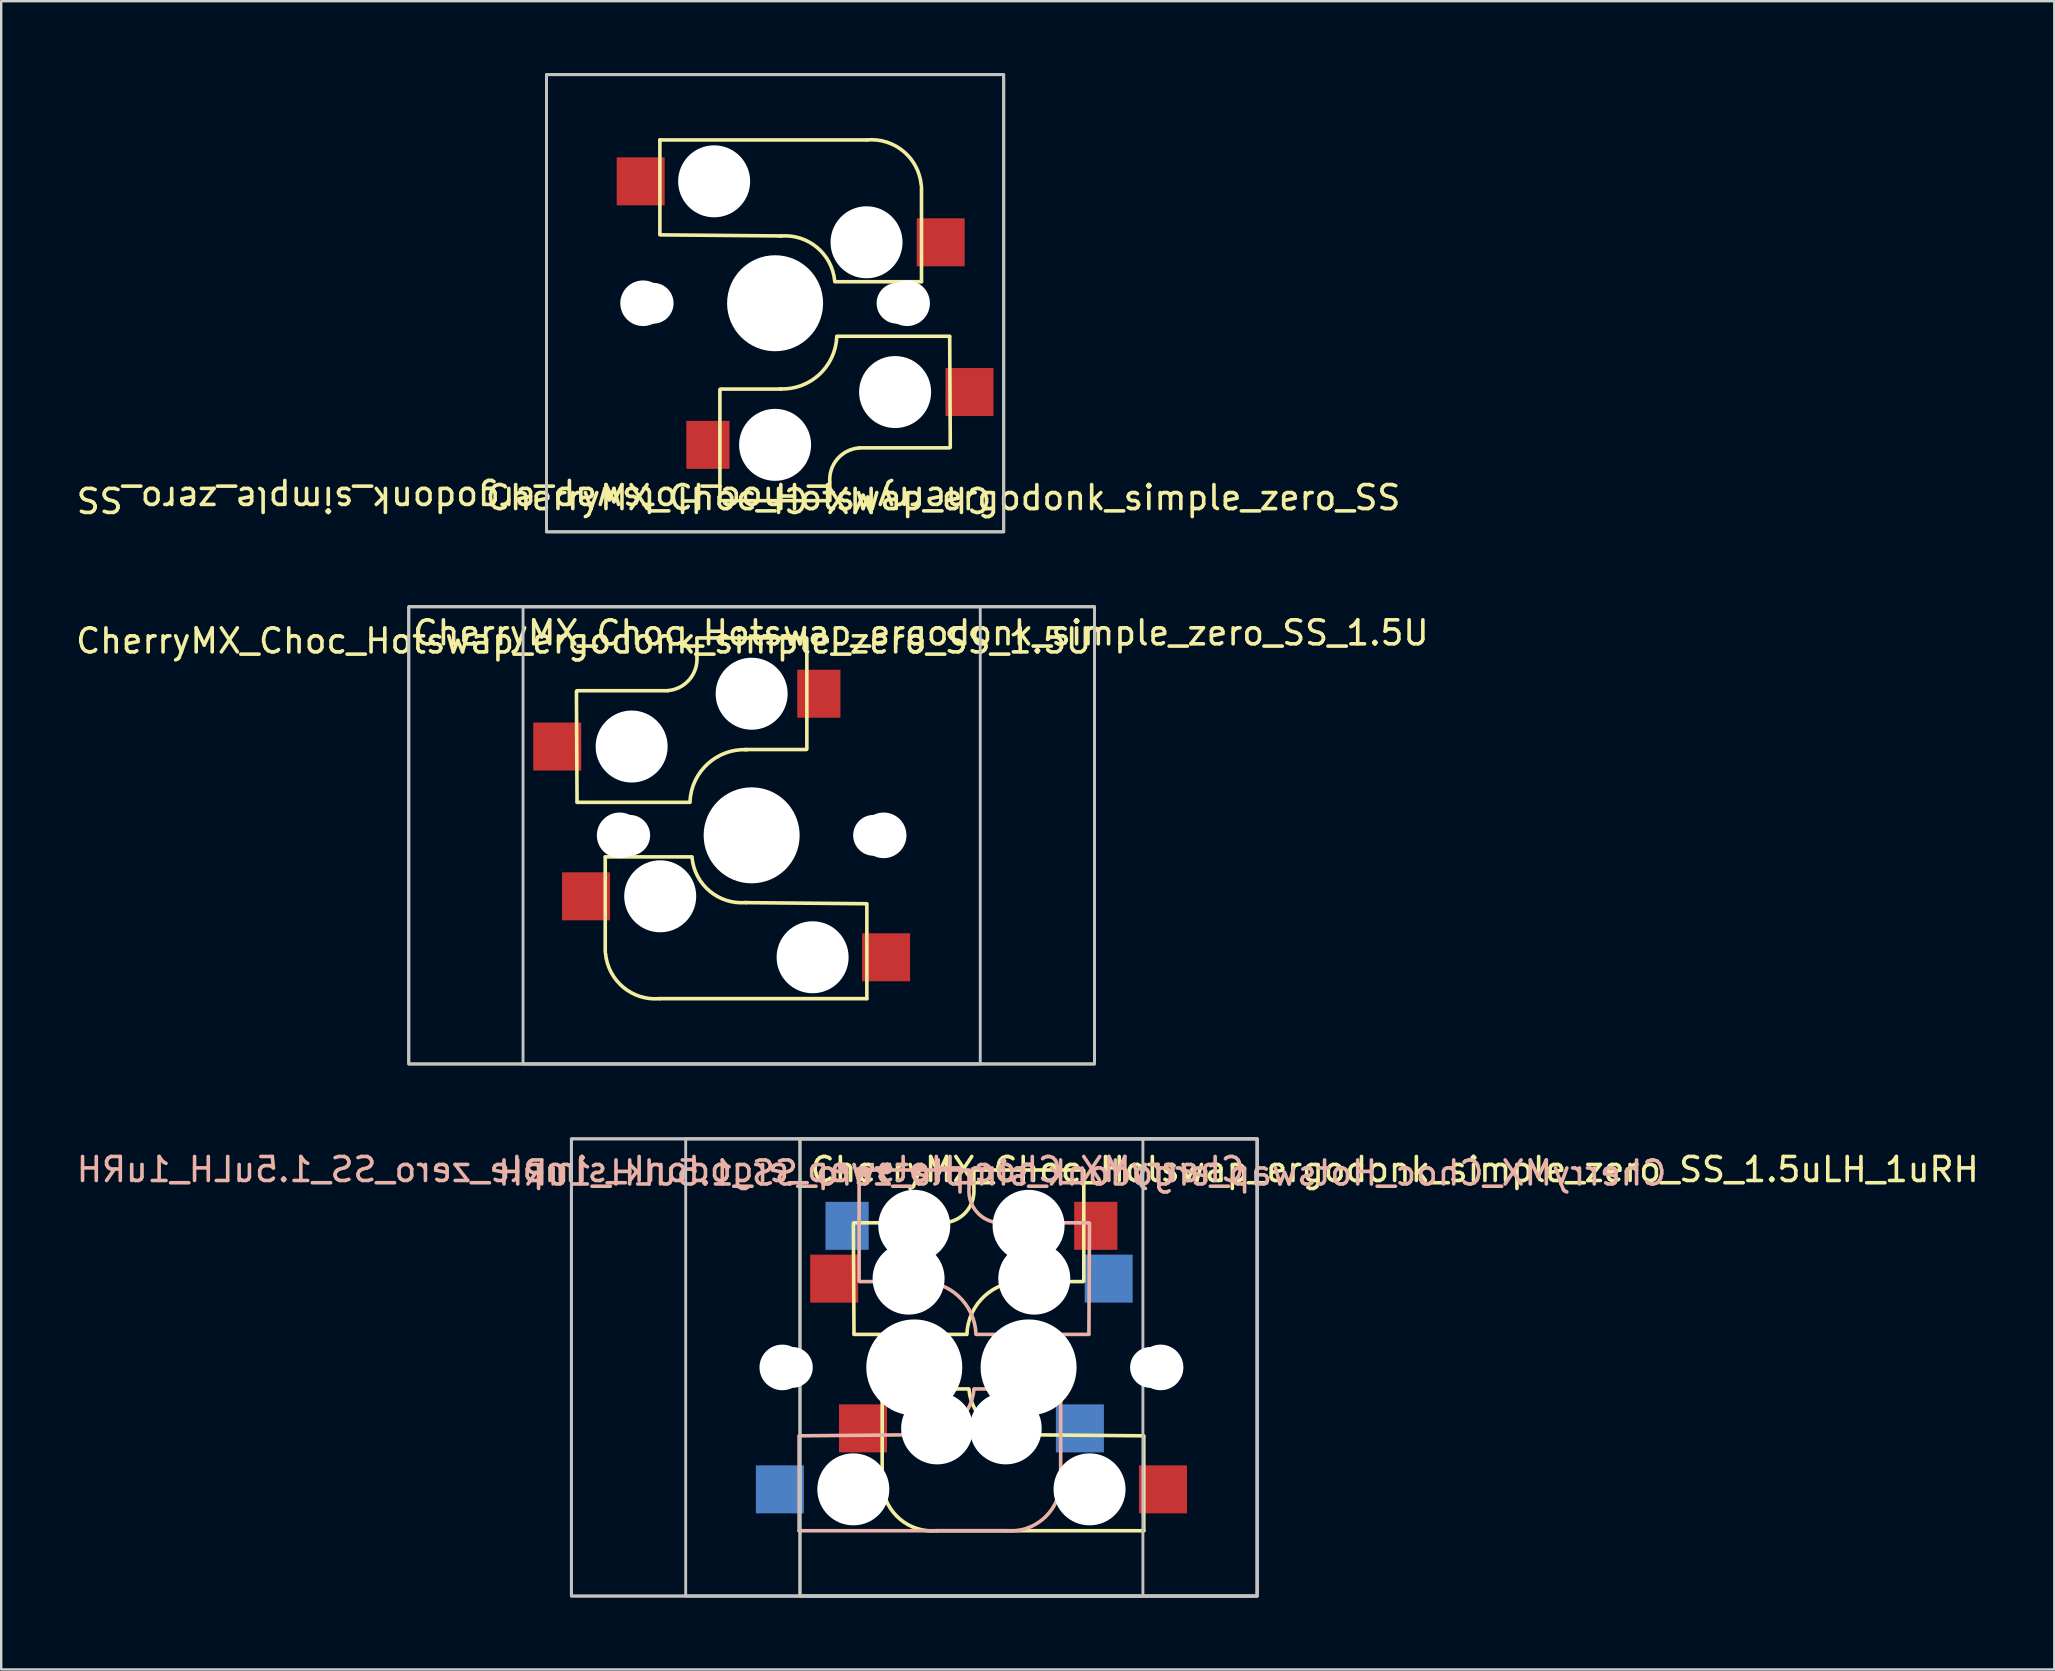
<source format=kicad_pcb>
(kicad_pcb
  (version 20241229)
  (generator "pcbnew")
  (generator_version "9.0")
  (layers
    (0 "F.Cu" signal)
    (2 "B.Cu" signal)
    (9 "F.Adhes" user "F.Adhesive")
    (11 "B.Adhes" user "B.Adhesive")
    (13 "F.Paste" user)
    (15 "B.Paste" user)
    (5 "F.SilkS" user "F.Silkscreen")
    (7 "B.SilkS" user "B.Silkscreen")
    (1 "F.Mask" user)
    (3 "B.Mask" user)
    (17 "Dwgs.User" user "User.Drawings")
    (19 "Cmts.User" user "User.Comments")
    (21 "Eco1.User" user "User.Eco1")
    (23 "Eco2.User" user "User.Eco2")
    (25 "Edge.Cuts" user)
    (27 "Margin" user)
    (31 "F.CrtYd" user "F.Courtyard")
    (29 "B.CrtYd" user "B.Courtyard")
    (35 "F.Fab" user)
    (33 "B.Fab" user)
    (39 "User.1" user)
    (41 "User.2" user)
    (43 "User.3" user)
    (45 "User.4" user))
  (footprint "CherryMX_Choc_Hotswap_ergodonk_simple_zero_SS_1.5uLH_1uRH"
    (layer "F.Cu")
    (at 39.807 53.925)
    (property "Reference" "CherryMX_Choc_Hotswap_ergodonk_simple_zero_SS_1.5uLH_1uRH" (at 2.237 -8.1 180) (layer "B.SilkS") (effects (font (size 1 1) (thickness 0.15)) (justify mirror)))
    (attr through_hole)
    (fp_line (start -7.275 -1.4) (end -7.3 -6) (stroke (width 0.15) (type solid)) (layer "F.SilkS"))
    (fp_line (start -6.1 0.896) (end -2.49 0.896) (stroke (width 0.15) (type solid)) (layer "F.SilkS"))
    (fp_line (start -6.1 4.85) (end -6.1 0.905) (stroke (width 0.15) (type solid)) (layer "F.SilkS"))
    (fp_line (start -3.5 -6.025) (end -7.275 -6.025) (stroke (width 0.15) (type solid)) (layer "F.SilkS"))
    (fp_line (start -2.575 -1.375) (end -7.275 -1.375) (stroke (width 0.15) (type solid)) (layer "F.SilkS"))
    (fp_line (start -2.28 -7.5) (end -2.28 -8.2) (stroke (width 0.15) (type solid)) (layer "F.SilkS"))
    (fp_line (start 2.275 -8.225) (end -2.275 -8.225) (stroke (width 0.15) (type solid)) (layer "F.SilkS"))
    (fp_line (start 2.275 -3.575) (end -0.275 -3.575) (stroke (width 0.15) (type solid)) (layer "F.SilkS"))
    (fp_line (start 2.3 -3.6) (end 2.3 -8.2) (stroke (width 0.15) (type solid)) (layer "F.SilkS"))
    (fp_line (start 4.8 2.85) (end -0.25 2.804) (stroke (width 0.15) (type solid)) (layer "F.SilkS"))
    (fp_line (start 4.8 2.896) (end 4.8 6.804) (stroke (width 0.15) (type solid)) (layer "F.SilkS"))
    (fp_line (start 4.8 6.804) (end -3.825 6.804) (stroke (width 0.15) (type solid)) (layer "F.SilkS"))
    (fp_rect (start -9.525 9.525) (end 9.525 -9.525) (stroke (width 0.12) (type default)) (fill no) (layer "F.SilkS"))
    (fp_arc (start -3.825 6.804) (mid -5.347189 6.33089) (end -6.089 4.92) (stroke (width 0.15) (type solid)) (layer "F.SilkS"))
    (fp_arc (start -2.57 -1.4) (mid -1.834422 -2.975843) (end -0.2 -3.57) (stroke (width 0.15) (type solid)) (layer "F.SilkS"))
    (fp_arc (start -2.28 -7.45) (mid -2.595908 -6.48733) (end -3.5 -6.03) (stroke (width 0.15) (type solid)) (layer "F.SilkS"))
    (fp_arc (start -0.225 2.8) (mid -1.744361 2.328061) (end -2.485 0.92) (stroke (width 0.15) (type solid)) (layer "F.SilkS"))
    (fp_line (start -9.562 2.85) (end -4.513 2.804) (stroke (width 0.15) (type solid)) (layer "B.SilkS"))
    (fp_line (start -9.562 2.896) (end -9.562 6.804) (stroke (width 0.15) (type solid)) (layer "B.SilkS"))
    (fp_line (start -9.562 6.804) (end -0.938 6.804) (stroke (width 0.15) (type solid)) (layer "B.SilkS"))
    (fp_line (start -7.062 -3.6) (end -7.062 -8.2) (stroke (width 0.15) (type solid)) (layer "B.SilkS"))
    (fp_line (start -7.037 -8.225) (end -2.487 -8.225) (stroke (width 0.15) (type solid)) (layer "B.SilkS"))
    (fp_line (start -7.037 -3.575) (end -4.487 -3.575) (stroke (width 0.15) (type solid)) (layer "B.SilkS"))
    (fp_line (start -2.482 -7.5) (end -2.482 -8.2) (stroke (width 0.15) (type solid)) (layer "B.SilkS"))
    (fp_line (start -2.188 -1.375) (end 2.513 -1.375) (stroke (width 0.15) (type solid)) (layer "B.SilkS"))
    (fp_line (start -1.262 -6.025) (end 2.513 -6.025) (stroke (width 0.15) (type solid)) (layer "B.SilkS"))
    (fp_line (start 1.337 0.896) (end -2.272 0.896) (stroke (width 0.15) (type solid)) (layer "B.SilkS"))
    (fp_line (start 1.337 4.85) (end 1.337 0.905) (stroke (width 0.15) (type solid)) (layer "B.SilkS"))
    (fp_line (start 2.513 -1.4) (end 2.538 -6) (stroke (width 0.15) (type solid)) (layer "B.SilkS"))
    (fp_rect (start -19.05 -9.525) (end 9.525 9.525) (stroke (width 0.12) (type default)) (fill no) (layer "B.SilkS"))
    (fp_arc (start -4.5625 -3.57) (mid -2.928078 -2.975843) (end -2.1925 -1.4) (stroke (width 0.15) (type solid)) (layer "B.SilkS"))
    (fp_arc (start -2.2775 0.92) (mid -3.018139 2.328061) (end -4.5375 2.8) (stroke (width 0.15) (type solid)) (layer "B.SilkS"))
    (fp_arc (start -1.2625 -6.03) (mid -2.166592 -6.48733) (end -2.4825 -7.45) (stroke (width 0.15) (type solid)) (layer "B.SilkS"))
    (fp_arc (start 1.3265 4.92) (mid 0.584689 6.33089) (end -0.9375 6.804) (stroke (width 0.15) (type solid)) (layer "B.SilkS"))
    (fp_rect (start -19.05 -9.525) (end 9.525 9.525) (stroke (width 0.12) (type default)) (fill no) (layer "Dwgs.User"))
    (fp_rect (start -9.525 9.525) (end 9.525 -9.525) (stroke (width 0.12) (type default)) (fill no) (layer "Dwgs.User"))
    (fp_rect (start 4.763 9.525) (end -14.287 -9.525) (stroke (width 0.12) (type default)) (fill no) (layer "Dwgs.User"))
    (fp_line (start -13.762 -9) (end -13.762 9) (stroke (width 0.15) (type solid)) (layer "Eco2.User"))
    (fp_line (start -13.762 9) (end 4.237 9) (stroke (width 0.15) (type solid)) (layer "Eco2.User"))
    (fp_line (start -11.762 -7) (end -11.762 7) (stroke (width 0.15) (type solid)) (layer "Eco2.User"))
    (fp_line (start -11.762 7) (end 2.237 7) (stroke (width 0.15) (type solid)) (layer "Eco2.User"))
    (fp_line (start -9 -9) (end 9 -9) (stroke (width 0.15) (type solid)) (layer "Eco2.User"))
    (fp_line (start -9 9) (end -9 -9) (stroke (width 0.15) (type solid)) (layer "Eco2.User"))
    (fp_line (start -7 -7) (end 7 -7) (stroke (width 0.15) (type solid)) (layer "Eco2.User"))
    (fp_line (start -7 7) (end -7 -7) (stroke (width 0.15) (type solid)) (layer "Eco2.User"))
    (fp_line (start 2.237 -7) (end -11.762 -7) (stroke (width 0.15) (type solid)) (layer "Eco2.User"))
    (fp_line (start 2.237 7) (end 2.237 -7) (stroke (width 0.15) (type solid)) (layer "Eco2.User"))
    (fp_line (start 4.237 -9) (end -13.762 -9) (stroke (width 0.15) (type solid)) (layer "Eco2.User"))
    (fp_line (start 4.237 9) (end 4.237 -9) (stroke (width 0.15) (type solid)) (layer "Eco2.User"))
    (fp_line (start 7 -7) (end 7 7) (stroke (width 0.15) (type solid)) (layer "Eco2.User"))
    (fp_line (start 7 7) (end -7 7) (stroke (width 0.15) (type solid)) (layer "Eco2.User"))
    (fp_line (start 9 -9) (end 9 9) (stroke (width 0.15) (type solid)) (layer "Eco2.User"))
    (fp_line (start 9 9) (end -9 9) (stroke (width 0.15) (type solid)) (layer "Eco2.User"))
    (fp_text user "${REFERENCE}" (at -9.18 -7.66 0) (unlocked yes) (layer "F.SilkS") (effects (font (size 1 1) (thickness 0.15)) (justify left bottom)))
    (fp_text user "${REFERENCE}" (at 9.11 -7.66 0) (unlocked yes) (layer "B.SilkS") (effects (font (size 1 1) (thickness 0.15)) (justify left bottom mirror)))
    (pad "" np_thru_hole circle (at -10.262 0 90) (size 1.9 1.9) (drill 1.9) (layers "*.Cu" "*.Mask"))
    (pad "" np_thru_hole circle (at -9.842 0 180) (size 1.7 1.7) (drill 1.7) (layers "*.Cu" "*.Mask"))
    (pad "" np_thru_hole circle (at -7.303 5.08) (size 3 3) (drill 3) (layers "*.Cu" "*.Mask"))
    (pad "" np_thru_hole circle (at -5.5 0 270) (size 1.9 1.9) (drill 1.9) (layers "*.Cu" "*.Mask"))
    (pad "" np_thru_hole circle (at -5.08 0 180) (size 1.7 1.7) (drill 1.7) (layers "*.Cu" "*.Mask"))
    (pad "" np_thru_hole circle (at -5 -3.7 90) (size 3 3) (drill 3) (layers "*.Cu" "*.Mask"))
    (pad "" np_thru_hole circle (at -4.763 -5.9 90) (size 3 3) (drill 3) (layers "*.Cu" "*.Mask"))
    (pad "" np_thru_hole circle (at -4.763 0 90) (size 4 4) (drill 4) (layers "*.Cu" "*.Mask"))
    (pad "" np_thru_hole circle (at -3.81 2.54) (size 3 3) (drill 3) (layers "*.Cu" "*.Mask"))
    (pad "" np_thru_hole circle (at -0.953 2.54) (size 3 3) (drill 3) (layers "*.Cu" "*.Mask"))
    (pad "" np_thru_hole circle (at 0 -5.9 270) (size 3 3) (drill 3) (layers "*.Cu" "*.Mask"))
    (pad "" np_thru_hole circle (at 0 0 270) (size 4 4) (drill 4) (layers "*.Cu" "*.Mask"))
    (pad "" np_thru_hole circle (at 0.237 -3.7 270) (size 3 3) (drill 3) (layers "*.Cu" "*.Mask"))
    (pad "" np_thru_hole circle (at 0.318 0 180) (size 1.7 1.7) (drill 1.7) (layers "*.Cu" "*.Mask"))
    (pad "" np_thru_hole circle (at 0.738 0 90) (size 1.9 1.9) (drill 1.9) (layers "*.Cu" "*.Mask"))
    (pad "" np_thru_hole circle (at 2.54 5.08) (size 3 3) (drill 3) (layers "*.Cu" "*.Mask"))
    (pad "" np_thru_hole circle (at 5.08 0 180) (size 1.7 1.7) (drill 1.7) (layers "*.Cu" "*.Mask"))
    (pad "" np_thru_hole circle (at 5.5 0 270) (size 1.9 1.9) (drill 1.9) (layers "*.Cu" "*.Mask"))
    (pad "5" smd rect (at -10.363 5.08) (size 2 2) (layers "B.Cu" "B.Mask" "B.Paste"))
    (pad "5" smd rect (at -7.562 -5.9) (size 1.8 2) (layers "B.Cu" "B.Mask" "B.Paste"))
    (pad "5" smd rect (at -6.9 2.54) (size 2 2) (layers "F.Cu" "F.Mask" "F.Paste"))
    (pad "5" smd rect (at 2.8 -5.9) (size 1.8 2) (layers "F.Cu" "F.Mask" "F.Paste"))
    (pad "6" smd rect (at -8.1 -3.7) (size 2 2) (layers "F.Cu" "F.Mask" "F.Paste"))
    (pad "6" smd rect (at 2.138 2.54) (size 2 2) (layers "B.Cu" "B.Mask" "B.Paste"))
    (pad "6" smd rect (at 3.337 -3.7) (size 2 2) (layers "B.Cu" "B.Mask" "B.Paste"))
    (pad "6" smd rect (at 5.6 5.08) (size 2 2) (layers "F.Cu" "F.Mask" "F.Paste")))
  (footprint "CherryMX_Choc_Hotswap_ergodonk_simple_zero_SS_1.5U"
    (layer "F.Cu")
    (at 28.268 31.755)
    (property "Reference" "CherryMX_Choc_Hotswap_ergodonk_simple_zero_SS_1.5U" (at -7 -8.1 180) (layer "F.SilkS") (effects (font (size 1 1) (thickness 0.15))))
    (attr through_hole)
    (fp_line (start -7.275 -1.4) (end -7.3 -6) (stroke (width 0.15) (type solid)) (layer "F.SilkS"))
    (fp_line (start -6.1 0.896) (end -2.49 0.896) (stroke (width 0.15) (type solid)) (layer "F.SilkS"))
    (fp_line (start -6.1 4.85) (end -6.1 0.905) (stroke (width 0.15) (type solid)) (layer "F.SilkS"))
    (fp_line (start -3.5 -6.025) (end -7.275 -6.025) (stroke (width 0.15) (type solid)) (layer "F.SilkS"))
    (fp_line (start -2.575 -1.375) (end -7.275 -1.375) (stroke (width 0.15) (type solid)) (layer "F.SilkS"))
    (fp_line (start -2.28 -7.5) (end -2.28 -8.2) (stroke (width 0.15) (type solid)) (layer "F.SilkS"))
    (fp_line (start 2.275 -8.225) (end -2.275 -8.225) (stroke (width 0.15) (type solid)) (layer "F.SilkS"))
    (fp_line (start 2.275 -3.575) (end -0.275 -3.575) (stroke (width 0.15) (type solid)) (layer "F.SilkS"))
    (fp_line (start 2.3 -3.6) (end 2.3 -8.2) (stroke (width 0.15) (type solid)) (layer "F.SilkS"))
    (fp_line (start 4.8 2.85) (end -0.25 2.804) (stroke (width 0.15) (type solid)) (layer "F.SilkS"))
    (fp_line (start 4.8 2.896) (end 4.8 6.804) (stroke (width 0.15) (type solid)) (layer "F.SilkS"))
    (fp_line (start 4.8 6.804) (end -3.825 6.804) (stroke (width 0.15) (type solid)) (layer "F.SilkS"))
    (fp_rect (start -14.287 -9.525) (end 14.287 9.525) (stroke (width 0.12) (type default)) (fill no) (layer "F.SilkS"))
    (fp_arc (start -3.825 6.804) (mid -5.347189 6.33089) (end -6.089 4.92) (stroke (width 0.15) (type solid)) (layer "F.SilkS"))
    (fp_arc (start -2.57 -1.4) (mid -1.834422 -2.975843) (end -0.2 -3.57) (stroke (width 0.15) (type solid)) (layer "F.SilkS"))
    (fp_arc (start -2.28 -7.45) (mid -2.595908 -6.48733) (end -3.5 -6.03) (stroke (width 0.15) (type solid)) (layer "F.SilkS"))
    (fp_arc (start -0.225 2.8) (mid -1.744361 2.328061) (end -2.485 0.92) (stroke (width 0.15) (type solid)) (layer "F.SilkS"))
    (fp_rect (start -14.287 -9.525) (end 14.287 9.525) (stroke (width 0.12) (type default)) (fill no) (layer "Dwgs.User"))
    (fp_rect (start -9.525 9.525) (end 9.525 -9.525) (stroke (width 0.12) (type default)) (fill no) (layer "Dwgs.User"))
    (fp_line (start -9 -9) (end 9 -9) (stroke (width 0.15) (type solid)) (layer "Eco2.User"))
    (fp_line (start -9 9) (end -9 -9) (stroke (width 0.15) (type solid)) (layer "Eco2.User"))
    (fp_line (start -7 -7) (end 7 -7) (stroke (width 0.15) (type solid)) (layer "Eco2.User"))
    (fp_line (start -7 7) (end -7 -7) (stroke (width 0.15) (type solid)) (layer "Eco2.User"))
    (fp_line (start 7 -7) (end 7 7) (stroke (width 0.15) (type solid)) (layer "Eco2.User"))
    (fp_line (start 7 7) (end -7 7) (stroke (width 0.15) (type solid)) (layer "Eco2.User"))
    (fp_line (start 9 -9) (end 9 9) (stroke (width 0.15) (type solid)) (layer "Eco2.User"))
    (fp_line (start 9 9) (end -9 9) (stroke (width 0.15) (type solid)) (layer "Eco2.User"))
    (fp_text user "${REFERENCE}" (at -14.18 -7.85 0) (unlocked yes) (layer "F.SilkS") (effects (font (size 1 1) (thickness 0.15)) (justify left bottom)))
    (pad "" np_thru_hole circle (at -5.5 0 270) (size 1.9 1.9) (drill 1.9) (layers "*.Cu" "*.Mask"))
    (pad "" np_thru_hole circle (at -5.08 0 180) (size 1.7 1.7) (drill 1.7) (layers "*.Cu" "*.Mask"))
    (pad "" np_thru_hole circle (at -5 -3.7 90) (size 3 3) (drill 3) (layers "*.Cu" "*.Mask"))
    (pad "" np_thru_hole circle (at -3.81 2.54) (size 3 3) (drill 3) (layers "*.Cu" "*.Mask"))
    (pad "" np_thru_hole circle (at 0 -5.9 270) (size 3 3) (drill 3) (layers "*.Cu" "*.Mask"))
    (pad "" np_thru_hole circle (at 0 0 270) (size 4 4) (drill 4) (layers "*.Cu" "*.Mask"))
    (pad "" np_thru_hole circle (at 2.54 5.08) (size 3 3) (drill 3) (layers "*.Cu" "*.Mask"))
    (pad "" np_thru_hole circle (at 5.08 0 180) (size 1.7 1.7) (drill 1.7) (layers "*.Cu" "*.Mask"))
    (pad "" np_thru_hole circle (at 5.5 0 270) (size 1.9 1.9) (drill 1.9) (layers "*.Cu" "*.Mask"))
    (pad "5" smd rect (at -8.1 -3.7) (size 2 2) (layers "F.Cu" "F.Mask" "F.Paste"))
    (pad "5" smd rect (at -6.9 2.54) (size 2 2) (layers "F.Cu" "F.Mask" "F.Paste"))
    (pad "6" smd rect (at 2.8 -5.9) (size 1.8 2) (layers "F.Cu" "F.Mask" "F.Paste"))
    (pad "6" smd rect (at 5.6 5.08) (size 2 2) (layers "F.Cu" "F.Mask" "F.Paste")))
  (footprint "CherryMX_Choc_Hotswap_ergodonk_simple_zero_SS"
    (layer "F.Cu")
    (at 29.245 9.585)
    (property "Reference" "CherryMX_Choc_Hotswap_ergodonk_simple_zero_SS" (at 7 8.1 0) (layer "F.SilkS") (effects (font (size 1 1) (thickness 0.15))))
    (attr through_hole)
    (fp_line (start -4.8 -6.804) (end 3.825 -6.804) (stroke (width 0.15) (type solid)) (layer "F.SilkS"))
    (fp_line (start -4.8 -2.896) (end -4.8 -6.804) (stroke (width 0.15) (type solid)) (layer "F.SilkS"))
    (fp_line (start -4.8 -2.85) (end 0.25 -2.804) (stroke (width 0.15) (type solid)) (layer "F.SilkS"))
    (fp_line (start -2.3 3.6) (end -2.3 8.2) (stroke (width 0.15) (type solid)) (layer "F.SilkS"))
    (fp_line (start -2.275 3.575) (end 0.275 3.575) (stroke (width 0.15) (type solid)) (layer "F.SilkS"))
    (fp_line (start -2.275 8.225) (end 2.275 8.225) (stroke (width 0.15) (type solid)) (layer "F.SilkS"))
    (fp_line (start 2.28 7.5) (end 2.28 8.2) (stroke (width 0.15) (type solid)) (layer "F.SilkS"))
    (fp_line (start 2.575 1.375) (end 7.275 1.375) (stroke (width 0.15) (type solid)) (layer "F.SilkS"))
    (fp_line (start 3.5 6.025) (end 7.275 6.025) (stroke (width 0.15) (type solid)) (layer "F.SilkS"))
    (fp_line (start 6.1 -4.85) (end 6.1 -0.905) (stroke (width 0.15) (type solid)) (layer "F.SilkS"))
    (fp_line (start 6.1 -0.896) (end 2.49 -0.896) (stroke (width 0.15) (type solid)) (layer "F.SilkS"))
    (fp_line (start 7.275 1.4) (end 7.3 6) (stroke (width 0.15) (type solid)) (layer "F.SilkS"))
    (fp_rect (start 9.525 -9.525) (end -9.525 9.525) (stroke (width 0.12) (type default)) (fill no) (layer "F.SilkS"))
    (fp_arc (start 0.225 -2.8) (mid 1.744361 -2.328061) (end 2.485 -0.92) (stroke (width 0.15) (type solid)) (layer "F.SilkS"))
    (fp_arc (start 2.28 7.45) (mid 2.595908 6.48733) (end 3.5 6.03) (stroke (width 0.15) (type solid)) (layer "F.SilkS"))
    (fp_arc (start 2.57 1.4) (mid 1.834422 2.975843) (end 0.2 3.57) (stroke (width 0.15) (type solid)) (layer "F.SilkS"))
    (fp_arc (start 3.825 -6.804) (mid 5.347189 -6.33089) (end 6.089 -4.92) (stroke (width 0.15) (type solid)) (layer "F.SilkS"))
    (fp_rect (start 9.525 -9.525) (end -9.525 9.525) (stroke (width 0.12) (type default)) (fill no) (layer "Dwgs.User"))
    (fp_line (start -9 -9) (end 9 -9) (stroke (width 0.15) (type solid)) (layer "Eco2.User"))
    (fp_line (start -9 9) (end -9 -9) (stroke (width 0.15) (type solid)) (layer "Eco2.User"))
    (fp_line (start -7 -7) (end 7 -7) (stroke (width 0.15) (type solid)) (layer "Eco2.User"))
    (fp_line (start -7 7) (end -7 -7) (stroke (width 0.15) (type solid)) (layer "Eco2.User"))
    (fp_line (start 7 -7) (end 7 7) (stroke (width 0.15) (type solid)) (layer "Eco2.User"))
    (fp_line (start 7 7) (end -7 7) (stroke (width 0.15) (type solid)) (layer "Eco2.User"))
    (fp_line (start 9 -9) (end 9 9) (stroke (width 0.15) (type solid)) (layer "Eco2.User"))
    (fp_line (start 9 9) (end -9 9) (stroke (width 0.15) (type solid)) (layer "Eco2.User"))
    (fp_text user "${REFERENCE}" (at 9.1 8.17 180) (unlocked yes) (layer "F.SilkS") (effects (font (size 1 1) (thickness 0.15)) (justify left)))
    (pad "" np_thru_hole circle (at -5.5 0 90) (size 1.9 1.9) (drill 1.9) (layers "*.Cu" "*.Mask"))
    (pad "" np_thru_hole circle (at -5.08 0) (size 1.7 1.7) (drill 1.7) (layers "*.Cu" "*.Mask"))
    (pad "" np_thru_hole circle (at -2.54 -5.08 180) (size 3 3) (drill 3) (layers "*.Cu" "*.Mask"))
    (pad "" np_thru_hole circle (at 0 0 90) (size 4 4) (drill 4) (layers "*.Cu" "*.Mask"))
    (pad "" np_thru_hole circle (at 0 5.9 90) (size 3 3) (drill 3) (layers "*.Cu" "*.Mask"))
    (pad "" np_thru_hole circle (at 3.81 -2.54 180) (size 3 3) (drill 3) (layers "*.Cu" "*.Mask"))
    (pad "" np_thru_hole circle (at 5 3.7 270) (size 3 3) (drill 3) (layers "*.Cu" "*.Mask"))
    (pad "" np_thru_hole circle (at 5.08 0) (size 1.7 1.7) (drill 1.7) (layers "*.Cu" "*.Mask"))
    (pad "" np_thru_hole circle (at 5.5 0 90) (size 1.9 1.9) (drill 1.9) (layers "*.Cu" "*.Mask"))
    (pad "5" smd rect (at 6.9 -2.54 180) (size 2 2) (layers "F.Cu" "F.Mask" "F.Paste"))
    (pad "5" smd rect (at 8.1 3.7 180) (size 2 2) (layers "F.Cu" "F.Mask" "F.Paste"))
    (pad "6" smd rect (at -5.6 -5.08 180) (size 2 2) (layers "F.Cu" "F.Mask" "F.Paste"))
    (pad "6" smd rect (at -2.8 5.9 180) (size 1.8 2) (layers "F.Cu" "F.Mask" "F.Paste")))
  (gr_rect
    (start -3 -3)
    (end 82.543 66.51)
    (stroke (width 0.1) (type default))
    (fill no)
    (layer "Edge.Cuts")))
</source>
